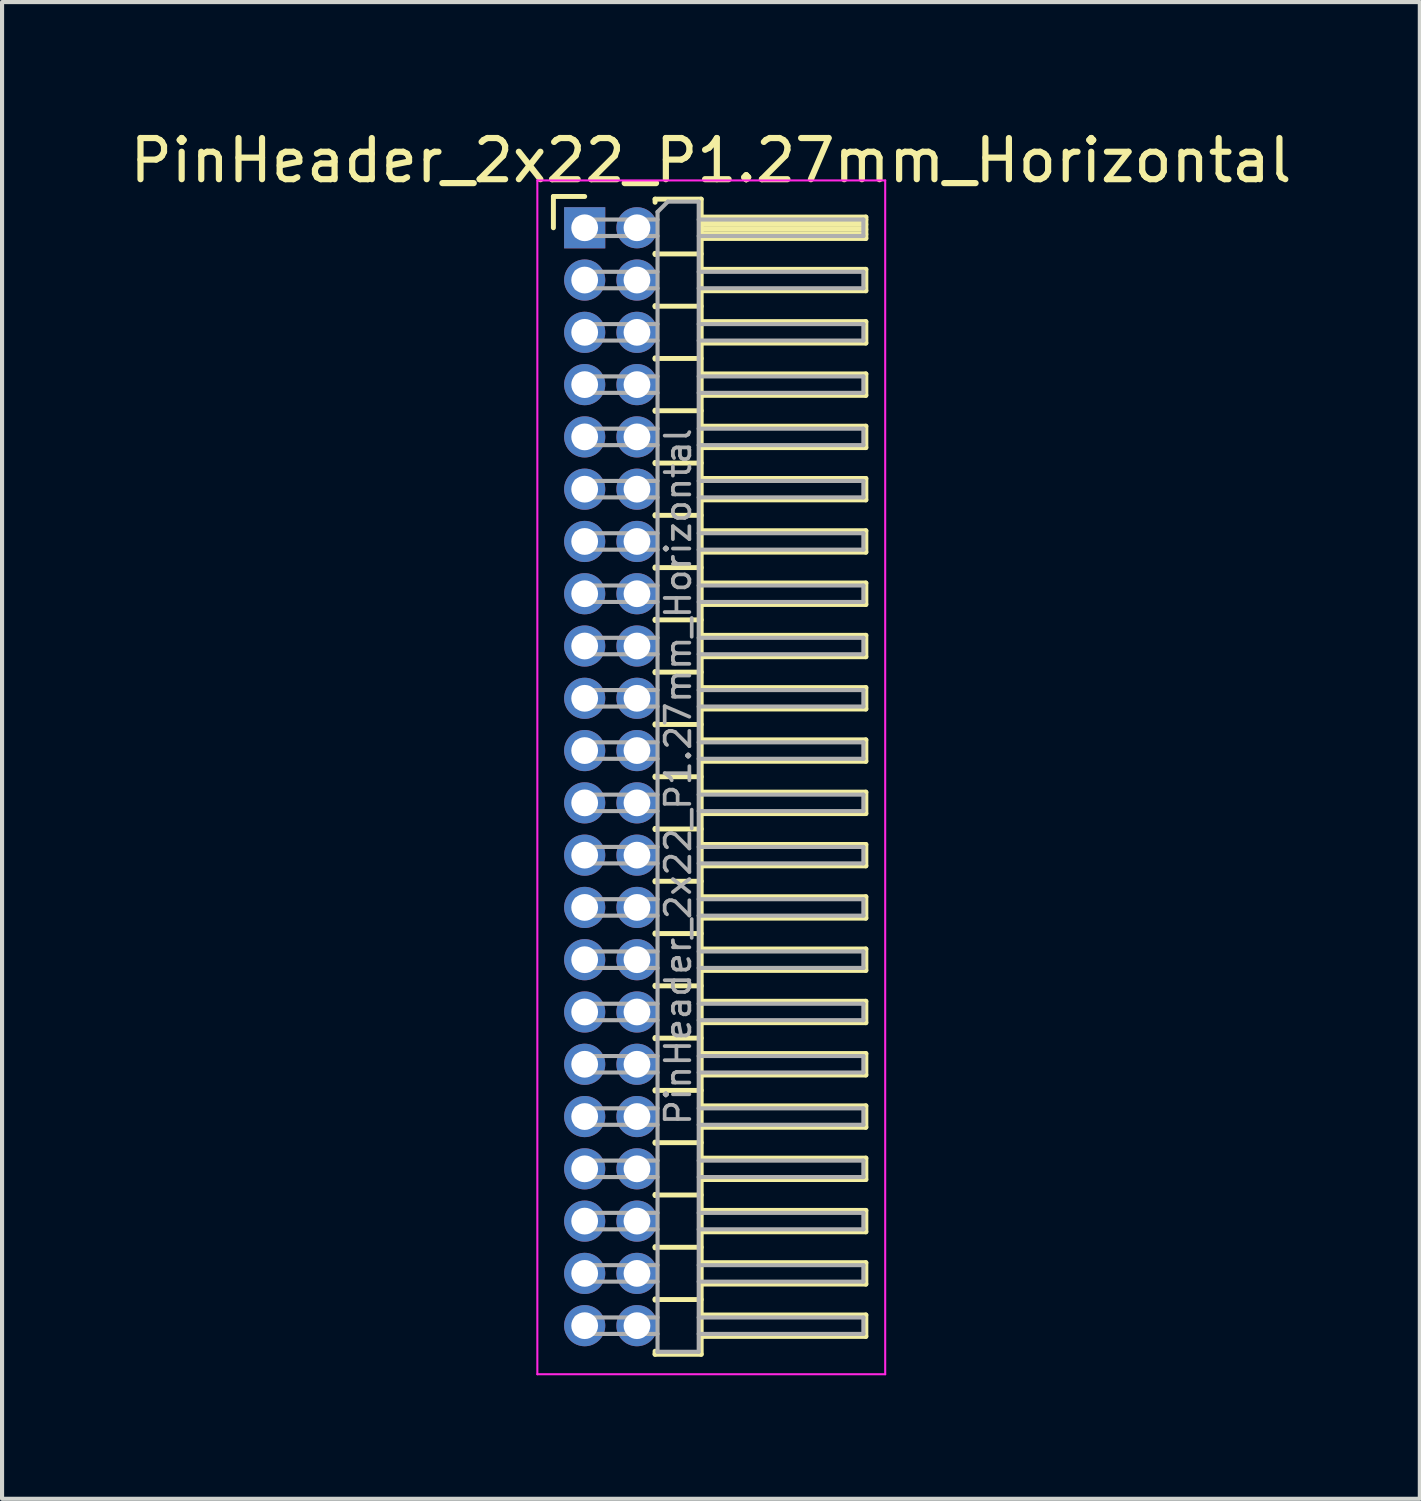
<source format=kicad_pcb>
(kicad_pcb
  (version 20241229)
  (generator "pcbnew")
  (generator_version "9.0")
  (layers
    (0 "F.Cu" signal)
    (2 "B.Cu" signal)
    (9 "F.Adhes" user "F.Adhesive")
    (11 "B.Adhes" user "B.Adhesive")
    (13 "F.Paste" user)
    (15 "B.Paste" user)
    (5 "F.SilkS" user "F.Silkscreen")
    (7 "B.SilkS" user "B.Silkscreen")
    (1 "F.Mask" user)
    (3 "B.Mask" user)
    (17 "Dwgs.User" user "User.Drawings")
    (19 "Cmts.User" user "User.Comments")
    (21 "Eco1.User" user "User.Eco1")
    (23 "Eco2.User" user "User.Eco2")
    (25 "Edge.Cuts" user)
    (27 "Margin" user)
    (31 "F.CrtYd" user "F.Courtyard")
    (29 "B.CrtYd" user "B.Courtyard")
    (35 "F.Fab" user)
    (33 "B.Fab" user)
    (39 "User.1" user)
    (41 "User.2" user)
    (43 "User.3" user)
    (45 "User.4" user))
  (footprint "PinHeader_2x22_P1.27mm_Horizontal"
    (layer "F.Cu")
    (at 11.153 2.483)
    (property "Reference" "PinHeader_2x22_P1.27mm_Horizontal" (at 3.067 -1.635 0) (layer "F.SilkS") (effects (font (size 1 1) (thickness 0.15))))
    (attr through_hole)
    (fp_line (start -0.76 -0.76) (end 0 -0.76) (stroke (width 0.12) (type solid)) (layer "F.SilkS"))
    (fp_line (start -0.76 0) (end -0.76 -0.76) (stroke (width 0.12) (type solid)) (layer "F.SilkS"))
    (fp_line (start 1.71 -0.695) (end 2.83 -0.695) (stroke (width 0.12) (type solid)) (layer "F.SilkS"))
    (fp_line (start 1.71 -0.62) (end 1.71 -0.695) (stroke (width 0.12) (type solid)) (layer "F.SilkS"))
    (fp_line (start 1.71 0.62) (end 1.71 0.65) (stroke (width 0.12) (type solid)) (layer "F.SilkS"))
    (fp_line (start 1.71 0.635) (end 2.83 0.635) (stroke (width 0.12) (type solid)) (layer "F.SilkS"))
    (fp_line (start 1.71 1.89) (end 1.71 1.92) (stroke (width 0.12) (type solid)) (layer "F.SilkS"))
    (fp_line (start 1.71 1.905) (end 2.83 1.905) (stroke (width 0.12) (type solid)) (layer "F.SilkS"))
    (fp_line (start 1.71 3.16) (end 1.71 3.19) (stroke (width 0.12) (type solid)) (layer "F.SilkS"))
    (fp_line (start 1.71 3.175) (end 2.83 3.175) (stroke (width 0.12) (type solid)) (layer "F.SilkS"))
    (fp_line (start 1.71 4.43) (end 1.71 4.46) (stroke (width 0.12) (type solid)) (layer "F.SilkS"))
    (fp_line (start 1.71 4.445) (end 2.83 4.445) (stroke (width 0.12) (type solid)) (layer "F.SilkS"))
    (fp_line (start 1.71 5.7) (end 1.71 5.73) (stroke (width 0.12) (type solid)) (layer "F.SilkS"))
    (fp_line (start 1.71 5.715) (end 2.83 5.715) (stroke (width 0.12) (type solid)) (layer "F.SilkS"))
    (fp_line (start 1.71 6.97) (end 1.71 7) (stroke (width 0.12) (type solid)) (layer "F.SilkS"))
    (fp_line (start 1.71 6.985) (end 2.83 6.985) (stroke (width 0.12) (type solid)) (layer "F.SilkS"))
    (fp_line (start 1.71 8.24) (end 1.71 8.27) (stroke (width 0.12) (type solid)) (layer "F.SilkS"))
    (fp_line (start 1.71 8.255) (end 2.83 8.255) (stroke (width 0.12) (type solid)) (layer "F.SilkS"))
    (fp_line (start 1.71 9.51) (end 1.71 9.54) (stroke (width 0.12) (type solid)) (layer "F.SilkS"))
    (fp_line (start 1.71 9.525) (end 2.83 9.525) (stroke (width 0.12) (type solid)) (layer "F.SilkS"))
    (fp_line (start 1.71 10.78) (end 1.71 10.81) (stroke (width 0.12) (type solid)) (layer "F.SilkS"))
    (fp_line (start 1.71 10.795) (end 2.83 10.795) (stroke (width 0.12) (type solid)) (layer "F.SilkS"))
    (fp_line (start 1.71 12.05) (end 1.71 12.08) (stroke (width 0.12) (type solid)) (layer "F.SilkS"))
    (fp_line (start 1.71 12.065) (end 2.83 12.065) (stroke (width 0.12) (type solid)) (layer "F.SilkS"))
    (fp_line (start 1.71 13.32) (end 1.71 13.35) (stroke (width 0.12) (type solid)) (layer "F.SilkS"))
    (fp_line (start 1.71 13.335) (end 2.83 13.335) (stroke (width 0.12) (type solid)) (layer "F.SilkS"))
    (fp_line (start 1.71 14.59) (end 1.71 14.62) (stroke (width 0.12) (type solid)) (layer "F.SilkS"))
    (fp_line (start 1.71 14.605) (end 2.83 14.605) (stroke (width 0.12) (type solid)) (layer "F.SilkS"))
    (fp_line (start 1.71 15.86) (end 1.71 15.89) (stroke (width 0.12) (type solid)) (layer "F.SilkS"))
    (fp_line (start 1.71 15.875) (end 2.83 15.875) (stroke (width 0.12) (type solid)) (layer "F.SilkS"))
    (fp_line (start 1.71 17.13) (end 1.71 17.16) (stroke (width 0.12) (type solid)) (layer "F.SilkS"))
    (fp_line (start 1.71 17.145) (end 2.83 17.145) (stroke (width 0.12) (type solid)) (layer "F.SilkS"))
    (fp_line (start 1.71 18.4) (end 1.71 18.43) (stroke (width 0.12) (type solid)) (layer "F.SilkS"))
    (fp_line (start 1.71 18.415) (end 2.83 18.415) (stroke (width 0.12) (type solid)) (layer "F.SilkS"))
    (fp_line (start 1.71 19.67) (end 1.71 19.7) (stroke (width 0.12) (type solid)) (layer "F.SilkS"))
    (fp_line (start 1.71 19.685) (end 2.83 19.685) (stroke (width 0.12) (type solid)) (layer "F.SilkS"))
    (fp_line (start 1.71 20.94) (end 1.71 20.97) (stroke (width 0.12) (type solid)) (layer "F.SilkS"))
    (fp_line (start 1.71 20.955) (end 2.83 20.955) (stroke (width 0.12) (type solid)) (layer "F.SilkS"))
    (fp_line (start 1.71 22.21) (end 1.71 22.24) (stroke (width 0.12) (type solid)) (layer "F.SilkS"))
    (fp_line (start 1.71 22.225) (end 2.83 22.225) (stroke (width 0.12) (type solid)) (layer "F.SilkS"))
    (fp_line (start 1.71 23.48) (end 1.71 23.51) (stroke (width 0.12) (type solid)) (layer "F.SilkS"))
    (fp_line (start 1.71 23.495) (end 2.83 23.495) (stroke (width 0.12) (type solid)) (layer "F.SilkS"))
    (fp_line (start 1.71 24.75) (end 1.71 24.78) (stroke (width 0.12) (type solid)) (layer "F.SilkS"))
    (fp_line (start 1.71 24.765) (end 2.83 24.765) (stroke (width 0.12) (type solid)) (layer "F.SilkS"))
    (fp_line (start 1.71 26.02) (end 1.71 26.05) (stroke (width 0.12) (type solid)) (layer "F.SilkS"))
    (fp_line (start 1.71 26.035) (end 2.83 26.035) (stroke (width 0.12) (type solid)) (layer "F.SilkS"))
    (fp_line (start 1.71 27.365) (end 1.71 27.29) (stroke (width 0.12) (type solid)) (layer "F.SilkS"))
    (fp_line (start 2.83 -0.695) (end 2.83 27.365) (stroke (width 0.12) (type solid)) (layer "F.SilkS"))
    (fp_line (start 2.83 -0.26) (end 6.83 -0.26) (stroke (width 0.12) (type solid)) (layer "F.SilkS"))
    (fp_line (start 2.83 -0.2) (end 6.83 -0.2) (stroke (width 0.12) (type solid)) (layer "F.SilkS"))
    (fp_line (start 2.83 -0.08) (end 6.83 -0.08) (stroke (width 0.12) (type solid)) (layer "F.SilkS"))
    (fp_line (start 2.83 0.04) (end 6.83 0.04) (stroke (width 0.12) (type solid)) (layer "F.SilkS"))
    (fp_line (start 2.83 0.16) (end 6.83 0.16) (stroke (width 0.12) (type solid)) (layer "F.SilkS"))
    (fp_line (start 2.83 1.01) (end 6.83 1.01) (stroke (width 0.12) (type solid)) (layer "F.SilkS"))
    (fp_line (start 2.83 2.28) (end 6.83 2.28) (stroke (width 0.12) (type solid)) (layer "F.SilkS"))
    (fp_line (start 2.83 3.55) (end 6.83 3.55) (stroke (width 0.12) (type solid)) (layer "F.SilkS"))
    (fp_line (start 2.83 4.82) (end 6.83 4.82) (stroke (width 0.12) (type solid)) (layer "F.SilkS"))
    (fp_line (start 2.83 6.09) (end 6.83 6.09) (stroke (width 0.12) (type solid)) (layer "F.SilkS"))
    (fp_line (start 2.83 7.36) (end 6.83 7.36) (stroke (width 0.12) (type solid)) (layer "F.SilkS"))
    (fp_line (start 2.83 8.63) (end 6.83 8.63) (stroke (width 0.12) (type solid)) (layer "F.SilkS"))
    (fp_line (start 2.83 9.9) (end 6.83 9.9) (stroke (width 0.12) (type solid)) (layer "F.SilkS"))
    (fp_line (start 2.83 11.17) (end 6.83 11.17) (stroke (width 0.12) (type solid)) (layer "F.SilkS"))
    (fp_line (start 2.83 12.44) (end 6.83 12.44) (stroke (width 0.12) (type solid)) (layer "F.SilkS"))
    (fp_line (start 2.83 13.71) (end 6.83 13.71) (stroke (width 0.12) (type solid)) (layer "F.SilkS"))
    (fp_line (start 2.83 14.98) (end 6.83 14.98) (stroke (width 0.12) (type solid)) (layer "F.SilkS"))
    (fp_line (start 2.83 16.25) (end 6.83 16.25) (stroke (width 0.12) (type solid)) (layer "F.SilkS"))
    (fp_line (start 2.83 17.52) (end 6.83 17.52) (stroke (width 0.12) (type solid)) (layer "F.SilkS"))
    (fp_line (start 2.83 18.79) (end 6.83 18.79) (stroke (width 0.12) (type solid)) (layer "F.SilkS"))
    (fp_line (start 2.83 20.06) (end 6.83 20.06) (stroke (width 0.12) (type solid)) (layer "F.SilkS"))
    (fp_line (start 2.83 21.33) (end 6.83 21.33) (stroke (width 0.12) (type solid)) (layer "F.SilkS"))
    (fp_line (start 2.83 22.6) (end 6.83 22.6) (stroke (width 0.12) (type solid)) (layer "F.SilkS"))
    (fp_line (start 2.83 23.87) (end 6.83 23.87) (stroke (width 0.12) (type solid)) (layer "F.SilkS"))
    (fp_line (start 2.83 25.14) (end 6.83 25.14) (stroke (width 0.12) (type solid)) (layer "F.SilkS"))
    (fp_line (start 2.83 26.41) (end 6.83 26.41) (stroke (width 0.12) (type solid)) (layer "F.SilkS"))
    (fp_line (start 2.83 27.365) (end 1.71 27.365) (stroke (width 0.12) (type solid)) (layer "F.SilkS"))
    (fp_line (start 6.83 -0.26) (end 6.83 0.26) (stroke (width 0.12) (type solid)) (layer "F.SilkS"))
    (fp_line (start 6.83 0.26) (end 2.83 0.26) (stroke (width 0.12) (type solid)) (layer "F.SilkS"))
    (fp_line (start 6.83 1.01) (end 6.83 1.53) (stroke (width 0.12) (type solid)) (layer "F.SilkS"))
    (fp_line (start 6.83 1.53) (end 2.83 1.53) (stroke (width 0.12) (type solid)) (layer "F.SilkS"))
    (fp_line (start 6.83 2.28) (end 6.83 2.8) (stroke (width 0.12) (type solid)) (layer "F.SilkS"))
    (fp_line (start 6.83 2.8) (end 2.83 2.8) (stroke (width 0.12) (type solid)) (layer "F.SilkS"))
    (fp_line (start 6.83 3.55) (end 6.83 4.07) (stroke (width 0.12) (type solid)) (layer "F.SilkS"))
    (fp_line (start 6.83 4.07) (end 2.83 4.07) (stroke (width 0.12) (type solid)) (layer "F.SilkS"))
    (fp_line (start 6.83 4.82) (end 6.83 5.34) (stroke (width 0.12) (type solid)) (layer "F.SilkS"))
    (fp_line (start 6.83 5.34) (end 2.83 5.34) (stroke (width 0.12) (type solid)) (layer "F.SilkS"))
    (fp_line (start 6.83 6.09) (end 6.83 6.61) (stroke (width 0.12) (type solid)) (layer "F.SilkS"))
    (fp_line (start 6.83 6.61) (end 2.83 6.61) (stroke (width 0.12) (type solid)) (layer "F.SilkS"))
    (fp_line (start 6.83 7.36) (end 6.83 7.88) (stroke (width 0.12) (type solid)) (layer "F.SilkS"))
    (fp_line (start 6.83 7.88) (end 2.83 7.88) (stroke (width 0.12) (type solid)) (layer "F.SilkS"))
    (fp_line (start 6.83 8.63) (end 6.83 9.15) (stroke (width 0.12) (type solid)) (layer "F.SilkS"))
    (fp_line (start 6.83 9.15) (end 2.83 9.15) (stroke (width 0.12) (type solid)) (layer "F.SilkS"))
    (fp_line (start 6.83 9.9) (end 6.83 10.42) (stroke (width 0.12) (type solid)) (layer "F.SilkS"))
    (fp_line (start 6.83 10.42) (end 2.83 10.42) (stroke (width 0.12) (type solid)) (layer "F.SilkS"))
    (fp_line (start 6.83 11.17) (end 6.83 11.69) (stroke (width 0.12) (type solid)) (layer "F.SilkS"))
    (fp_line (start 6.83 11.69) (end 2.83 11.69) (stroke (width 0.12) (type solid)) (layer "F.SilkS"))
    (fp_line (start 6.83 12.44) (end 6.83 12.96) (stroke (width 0.12) (type solid)) (layer "F.SilkS"))
    (fp_line (start 6.83 12.96) (end 2.83 12.96) (stroke (width 0.12) (type solid)) (layer "F.SilkS"))
    (fp_line (start 6.83 13.71) (end 6.83 14.23) (stroke (width 0.12) (type solid)) (layer "F.SilkS"))
    (fp_line (start 6.83 14.23) (end 2.83 14.23) (stroke (width 0.12) (type solid)) (layer "F.SilkS"))
    (fp_line (start 6.83 14.98) (end 6.83 15.5) (stroke (width 0.12) (type solid)) (layer "F.SilkS"))
    (fp_line (start 6.83 15.5) (end 2.83 15.5) (stroke (width 0.12) (type solid)) (layer "F.SilkS"))
    (fp_line (start 6.83 16.25) (end 6.83 16.77) (stroke (width 0.12) (type solid)) (layer "F.SilkS"))
    (fp_line (start 6.83 16.77) (end 2.83 16.77) (stroke (width 0.12) (type solid)) (layer "F.SilkS"))
    (fp_line (start 6.83 17.52) (end 6.83 18.04) (stroke (width 0.12) (type solid)) (layer "F.SilkS"))
    (fp_line (start 6.83 18.04) (end 2.83 18.04) (stroke (width 0.12) (type solid)) (layer "F.SilkS"))
    (fp_line (start 6.83 18.79) (end 6.83 19.31) (stroke (width 0.12) (type solid)) (layer "F.SilkS"))
    (fp_line (start 6.83 19.31) (end 2.83 19.31) (stroke (width 0.12) (type solid)) (layer "F.SilkS"))
    (fp_line (start 6.83 20.06) (end 6.83 20.58) (stroke (width 0.12) (type solid)) (layer "F.SilkS"))
    (fp_line (start 6.83 20.58) (end 2.83 20.58) (stroke (width 0.12) (type solid)) (layer "F.SilkS"))
    (fp_line (start 6.83 21.33) (end 6.83 21.85) (stroke (width 0.12) (type solid)) (layer "F.SilkS"))
    (fp_line (start 6.83 21.85) (end 2.83 21.85) (stroke (width 0.12) (type solid)) (layer "F.SilkS"))
    (fp_line (start 6.83 22.6) (end 6.83 23.12) (stroke (width 0.12) (type solid)) (layer "F.SilkS"))
    (fp_line (start 6.83 23.12) (end 2.83 23.12) (stroke (width 0.12) (type solid)) (layer "F.SilkS"))
    (fp_line (start 6.83 23.87) (end 6.83 24.39) (stroke (width 0.12) (type solid)) (layer "F.SilkS"))
    (fp_line (start 6.83 24.39) (end 2.83 24.39) (stroke (width 0.12) (type solid)) (layer "F.SilkS"))
    (fp_line (start 6.83 25.14) (end 6.83 25.66) (stroke (width 0.12) (type solid)) (layer "F.SilkS"))
    (fp_line (start 6.83 25.66) (end 2.83 25.66) (stroke (width 0.12) (type solid)) (layer "F.SilkS"))
    (fp_line (start 6.83 26.41) (end 6.83 26.93) (stroke (width 0.12) (type solid)) (layer "F.SilkS"))
    (fp_line (start 6.83 26.93) (end 2.83 26.93) (stroke (width 0.12) (type solid)) (layer "F.SilkS"))
    (fp_line (start -1.15 -1.15) (end -1.15 27.85) (stroke (width 0.05) (type solid)) (layer "F.CrtYd"))
    (fp_line (start -1.15 27.85) (end 7.3 27.85) (stroke (width 0.05) (type solid)) (layer "F.CrtYd"))
    (fp_line (start 7.3 -1.15) (end -1.15 -1.15) (stroke (width 0.05) (type solid)) (layer "F.CrtYd"))
    (fp_line (start 7.3 27.85) (end 7.3 -1.15) (stroke (width 0.05) (type solid)) (layer "F.CrtYd"))
    (fp_line (start -0.2 -0.2) (end -0.2 0.2) (stroke (width 0.1) (type solid)) (layer "F.Fab"))
    (fp_line (start -0.2 -0.2) (end 1.77 -0.2) (stroke (width 0.1) (type solid)) (layer "F.Fab"))
    (fp_line (start -0.2 0.2) (end 1.77 0.2) (stroke (width 0.1) (type solid)) (layer "F.Fab"))
    (fp_line (start -0.2 1.07) (end -0.2 1.47) (stroke (width 0.1) (type solid)) (layer "F.Fab"))
    (fp_line (start -0.2 1.07) (end 1.77 1.07) (stroke (width 0.1) (type solid)) (layer "F.Fab"))
    (fp_line (start -0.2 1.47) (end 1.77 1.47) (stroke (width 0.1) (type solid)) (layer "F.Fab"))
    (fp_line (start -0.2 2.34) (end -0.2 2.74) (stroke (width 0.1) (type solid)) (layer "F.Fab"))
    (fp_line (start -0.2 2.34) (end 1.77 2.34) (stroke (width 0.1) (type solid)) (layer "F.Fab"))
    (fp_line (start -0.2 2.74) (end 1.77 2.74) (stroke (width 0.1) (type solid)) (layer "F.Fab"))
    (fp_line (start -0.2 3.61) (end -0.2 4.01) (stroke (width 0.1) (type solid)) (layer "F.Fab"))
    (fp_line (start -0.2 3.61) (end 1.77 3.61) (stroke (width 0.1) (type solid)) (layer "F.Fab"))
    (fp_line (start -0.2 4.01) (end 1.77 4.01) (stroke (width 0.1) (type solid)) (layer "F.Fab"))
    (fp_line (start -0.2 4.88) (end -0.2 5.28) (stroke (width 0.1) (type solid)) (layer "F.Fab"))
    (fp_line (start -0.2 4.88) (end 1.77 4.88) (stroke (width 0.1) (type solid)) (layer "F.Fab"))
    (fp_line (start -0.2 5.28) (end 1.77 5.28) (stroke (width 0.1) (type solid)) (layer "F.Fab"))
    (fp_line (start -0.2 6.15) (end -0.2 6.55) (stroke (width 0.1) (type solid)) (layer "F.Fab"))
    (fp_line (start -0.2 6.15) (end 1.77 6.15) (stroke (width 0.1) (type solid)) (layer "F.Fab"))
    (fp_line (start -0.2 6.55) (end 1.77 6.55) (stroke (width 0.1) (type solid)) (layer "F.Fab"))
    (fp_line (start -0.2 7.42) (end -0.2 7.82) (stroke (width 0.1) (type solid)) (layer "F.Fab"))
    (fp_line (start -0.2 7.42) (end 1.77 7.42) (stroke (width 0.1) (type solid)) (layer "F.Fab"))
    (fp_line (start -0.2 7.82) (end 1.77 7.82) (stroke (width 0.1) (type solid)) (layer "F.Fab"))
    (fp_line (start -0.2 8.69) (end -0.2 9.09) (stroke (width 0.1) (type solid)) (layer "F.Fab"))
    (fp_line (start -0.2 8.69) (end 1.77 8.69) (stroke (width 0.1) (type solid)) (layer "F.Fab"))
    (fp_line (start -0.2 9.09) (end 1.77 9.09) (stroke (width 0.1) (type solid)) (layer "F.Fab"))
    (fp_line (start -0.2 9.96) (end -0.2 10.36) (stroke (width 0.1) (type solid)) (layer "F.Fab"))
    (fp_line (start -0.2 9.96) (end 1.77 9.96) (stroke (width 0.1) (type solid)) (layer "F.Fab"))
    (fp_line (start -0.2 10.36) (end 1.77 10.36) (stroke (width 0.1) (type solid)) (layer "F.Fab"))
    (fp_line (start -0.2 11.23) (end -0.2 11.63) (stroke (width 0.1) (type solid)) (layer "F.Fab"))
    (fp_line (start -0.2 11.23) (end 1.77 11.23) (stroke (width 0.1) (type solid)) (layer "F.Fab"))
    (fp_line (start -0.2 11.63) (end 1.77 11.63) (stroke (width 0.1) (type solid)) (layer "F.Fab"))
    (fp_line (start -0.2 12.5) (end -0.2 12.9) (stroke (width 0.1) (type solid)) (layer "F.Fab"))
    (fp_line (start -0.2 12.5) (end 1.77 12.5) (stroke (width 0.1) (type solid)) (layer "F.Fab"))
    (fp_line (start -0.2 12.9) (end 1.77 12.9) (stroke (width 0.1) (type solid)) (layer "F.Fab"))
    (fp_line (start -0.2 13.77) (end -0.2 14.17) (stroke (width 0.1) (type solid)) (layer "F.Fab"))
    (fp_line (start -0.2 13.77) (end 1.77 13.77) (stroke (width 0.1) (type solid)) (layer "F.Fab"))
    (fp_line (start -0.2 14.17) (end 1.77 14.17) (stroke (width 0.1) (type solid)) (layer "F.Fab"))
    (fp_line (start -0.2 15.04) (end -0.2 15.44) (stroke (width 0.1) (type solid)) (layer "F.Fab"))
    (fp_line (start -0.2 15.04) (end 1.77 15.04) (stroke (width 0.1) (type solid)) (layer "F.Fab"))
    (fp_line (start -0.2 15.44) (end 1.77 15.44) (stroke (width 0.1) (type solid)) (layer "F.Fab"))
    (fp_line (start -0.2 16.31) (end -0.2 16.71) (stroke (width 0.1) (type solid)) (layer "F.Fab"))
    (fp_line (start -0.2 16.31) (end 1.77 16.31) (stroke (width 0.1) (type solid)) (layer "F.Fab"))
    (fp_line (start -0.2 16.71) (end 1.77 16.71) (stroke (width 0.1) (type solid)) (layer "F.Fab"))
    (fp_line (start -0.2 17.58) (end -0.2 17.98) (stroke (width 0.1) (type solid)) (layer "F.Fab"))
    (fp_line (start -0.2 17.58) (end 1.77 17.58) (stroke (width 0.1) (type solid)) (layer "F.Fab"))
    (fp_line (start -0.2 17.98) (end 1.77 17.98) (stroke (width 0.1) (type solid)) (layer "F.Fab"))
    (fp_line (start -0.2 18.85) (end -0.2 19.25) (stroke (width 0.1) (type solid)) (layer "F.Fab"))
    (fp_line (start -0.2 18.85) (end 1.77 18.85) (stroke (width 0.1) (type solid)) (layer "F.Fab"))
    (fp_line (start -0.2 19.25) (end 1.77 19.25) (stroke (width 0.1) (type solid)) (layer "F.Fab"))
    (fp_line (start -0.2 20.12) (end -0.2 20.52) (stroke (width 0.1) (type solid)) (layer "F.Fab"))
    (fp_line (start -0.2 20.12) (end 1.77 20.12) (stroke (width 0.1) (type solid)) (layer "F.Fab"))
    (fp_line (start -0.2 20.52) (end 1.77 20.52) (stroke (width 0.1) (type solid)) (layer "F.Fab"))
    (fp_line (start -0.2 21.39) (end -0.2 21.79) (stroke (width 0.1) (type solid)) (layer "F.Fab"))
    (fp_line (start -0.2 21.39) (end 1.77 21.39) (stroke (width 0.1) (type solid)) (layer "F.Fab"))
    (fp_line (start -0.2 21.79) (end 1.77 21.79) (stroke (width 0.1) (type solid)) (layer "F.Fab"))
    (fp_line (start -0.2 22.66) (end -0.2 23.06) (stroke (width 0.1) (type solid)) (layer "F.Fab"))
    (fp_line (start -0.2 22.66) (end 1.77 22.66) (stroke (width 0.1) (type solid)) (layer "F.Fab"))
    (fp_line (start -0.2 23.06) (end 1.77 23.06) (stroke (width 0.1) (type solid)) (layer "F.Fab"))
    (fp_line (start -0.2 23.93) (end -0.2 24.33) (stroke (width 0.1) (type solid)) (layer "F.Fab"))
    (fp_line (start -0.2 23.93) (end 1.77 23.93) (stroke (width 0.1) (type solid)) (layer "F.Fab"))
    (fp_line (start -0.2 24.33) (end 1.77 24.33) (stroke (width 0.1) (type solid)) (layer "F.Fab"))
    (fp_line (start -0.2 25.2) (end -0.2 25.6) (stroke (width 0.1) (type solid)) (layer "F.Fab"))
    (fp_line (start -0.2 25.2) (end 1.77 25.2) (stroke (width 0.1) (type solid)) (layer "F.Fab"))
    (fp_line (start -0.2 25.6) (end 1.77 25.6) (stroke (width 0.1) (type solid)) (layer "F.Fab"))
    (fp_line (start -0.2 26.47) (end -0.2 26.87) (stroke (width 0.1) (type solid)) (layer "F.Fab"))
    (fp_line (start -0.2 26.47) (end 1.77 26.47) (stroke (width 0.1) (type solid)) (layer "F.Fab"))
    (fp_line (start -0.2 26.87) (end 1.77 26.87) (stroke (width 0.1) (type solid)) (layer "F.Fab"))
    (fp_line (start 1.77 -0.385) (end 2.02 -0.635) (stroke (width 0.1) (type solid)) (layer "F.Fab"))
    (fp_line (start 1.77 27.305) (end 1.77 -0.385) (stroke (width 0.1) (type solid)) (layer "F.Fab"))
    (fp_line (start 2.02 -0.635) (end 2.77 -0.635) (stroke (width 0.1) (type solid)) (layer "F.Fab"))
    (fp_line (start 2.77 -0.635) (end 2.77 27.305) (stroke (width 0.1) (type solid)) (layer "F.Fab"))
    (fp_line (start 2.77 -0.2) (end 6.77 -0.2) (stroke (width 0.1) (type solid)) (layer "F.Fab"))
    (fp_line (start 2.77 0.2) (end 6.77 0.2) (stroke (width 0.1) (type solid)) (layer "F.Fab"))
    (fp_line (start 2.77 1.07) (end 6.77 1.07) (stroke (width 0.1) (type solid)) (layer "F.Fab"))
    (fp_line (start 2.77 1.47) (end 6.77 1.47) (stroke (width 0.1) (type solid)) (layer "F.Fab"))
    (fp_line (start 2.77 2.34) (end 6.77 2.34) (stroke (width 0.1) (type solid)) (layer "F.Fab"))
    (fp_line (start 2.77 2.74) (end 6.77 2.74) (stroke (width 0.1) (type solid)) (layer "F.Fab"))
    (fp_line (start 2.77 3.61) (end 6.77 3.61) (stroke (width 0.1) (type solid)) (layer "F.Fab"))
    (fp_line (start 2.77 4.01) (end 6.77 4.01) (stroke (width 0.1) (type solid)) (layer "F.Fab"))
    (fp_line (start 2.77 4.88) (end 6.77 4.88) (stroke (width 0.1) (type solid)) (layer "F.Fab"))
    (fp_line (start 2.77 5.28) (end 6.77 5.28) (stroke (width 0.1) (type solid)) (layer "F.Fab"))
    (fp_line (start 2.77 6.15) (end 6.77 6.15) (stroke (width 0.1) (type solid)) (layer "F.Fab"))
    (fp_line (start 2.77 6.55) (end 6.77 6.55) (stroke (width 0.1) (type solid)) (layer "F.Fab"))
    (fp_line (start 2.77 7.42) (end 6.77 7.42) (stroke (width 0.1) (type solid)) (layer "F.Fab"))
    (fp_line (start 2.77 7.82) (end 6.77 7.82) (stroke (width 0.1) (type solid)) (layer "F.Fab"))
    (fp_line (start 2.77 8.69) (end 6.77 8.69) (stroke (width 0.1) (type solid)) (layer "F.Fab"))
    (fp_line (start 2.77 9.09) (end 6.77 9.09) (stroke (width 0.1) (type solid)) (layer "F.Fab"))
    (fp_line (start 2.77 9.96) (end 6.77 9.96) (stroke (width 0.1) (type solid)) (layer "F.Fab"))
    (fp_line (start 2.77 10.36) (end 6.77 10.36) (stroke (width 0.1) (type solid)) (layer "F.Fab"))
    (fp_line (start 2.77 11.23) (end 6.77 11.23) (stroke (width 0.1) (type solid)) (layer "F.Fab"))
    (fp_line (start 2.77 11.63) (end 6.77 11.63) (stroke (width 0.1) (type solid)) (layer "F.Fab"))
    (fp_line (start 2.77 12.5) (end 6.77 12.5) (stroke (width 0.1) (type solid)) (layer "F.Fab"))
    (fp_line (start 2.77 12.9) (end 6.77 12.9) (stroke (width 0.1) (type solid)) (layer "F.Fab"))
    (fp_line (start 2.77 13.77) (end 6.77 13.77) (stroke (width 0.1) (type solid)) (layer "F.Fab"))
    (fp_line (start 2.77 14.17) (end 6.77 14.17) (stroke (width 0.1) (type solid)) (layer "F.Fab"))
    (fp_line (start 2.77 15.04) (end 6.77 15.04) (stroke (width 0.1) (type solid)) (layer "F.Fab"))
    (fp_line (start 2.77 15.44) (end 6.77 15.44) (stroke (width 0.1) (type solid)) (layer "F.Fab"))
    (fp_line (start 2.77 16.31) (end 6.77 16.31) (stroke (width 0.1) (type solid)) (layer "F.Fab"))
    (fp_line (start 2.77 16.71) (end 6.77 16.71) (stroke (width 0.1) (type solid)) (layer "F.Fab"))
    (fp_line (start 2.77 17.58) (end 6.77 17.58) (stroke (width 0.1) (type solid)) (layer "F.Fab"))
    (fp_line (start 2.77 17.98) (end 6.77 17.98) (stroke (width 0.1) (type solid)) (layer "F.Fab"))
    (fp_line (start 2.77 18.85) (end 6.77 18.85) (stroke (width 0.1) (type solid)) (layer "F.Fab"))
    (fp_line (start 2.77 19.25) (end 6.77 19.25) (stroke (width 0.1) (type solid)) (layer "F.Fab"))
    (fp_line (start 2.77 20.12) (end 6.77 20.12) (stroke (width 0.1) (type solid)) (layer "F.Fab"))
    (fp_line (start 2.77 20.52) (end 6.77 20.52) (stroke (width 0.1) (type solid)) (layer "F.Fab"))
    (fp_line (start 2.77 21.39) (end 6.77 21.39) (stroke (width 0.1) (type solid)) (layer "F.Fab"))
    (fp_line (start 2.77 21.79) (end 6.77 21.79) (stroke (width 0.1) (type solid)) (layer "F.Fab"))
    (fp_line (start 2.77 22.66) (end 6.77 22.66) (stroke (width 0.1) (type solid)) (layer "F.Fab"))
    (fp_line (start 2.77 23.06) (end 6.77 23.06) (stroke (width 0.1) (type solid)) (layer "F.Fab"))
    (fp_line (start 2.77 23.93) (end 6.77 23.93) (stroke (width 0.1) (type solid)) (layer "F.Fab"))
    (fp_line (start 2.77 24.33) (end 6.77 24.33) (stroke (width 0.1) (type solid)) (layer "F.Fab"))
    (fp_line (start 2.77 25.2) (end 6.77 25.2) (stroke (width 0.1) (type solid)) (layer "F.Fab"))
    (fp_line (start 2.77 25.6) (end 6.77 25.6) (stroke (width 0.1) (type solid)) (layer "F.Fab"))
    (fp_line (start 2.77 26.47) (end 6.77 26.47) (stroke (width 0.1) (type solid)) (layer "F.Fab"))
    (fp_line (start 2.77 26.87) (end 6.77 26.87) (stroke (width 0.1) (type solid)) (layer "F.Fab"))
    (fp_line (start 2.77 27.305) (end 1.77 27.305) (stroke (width 0.1) (type solid)) (layer "F.Fab"))
    (fp_line (start 6.77 -0.2) (end 6.77 0.2) (stroke (width 0.1) (type solid)) (layer "F.Fab"))
    (fp_line (start 6.77 1.07) (end 6.77 1.47) (stroke (width 0.1) (type solid)) (layer "F.Fab"))
    (fp_line (start 6.77 2.34) (end 6.77 2.74) (stroke (width 0.1) (type solid)) (layer "F.Fab"))
    (fp_line (start 6.77 3.61) (end 6.77 4.01) (stroke (width 0.1) (type solid)) (layer "F.Fab"))
    (fp_line (start 6.77 4.88) (end 6.77 5.28) (stroke (width 0.1) (type solid)) (layer "F.Fab"))
    (fp_line (start 6.77 6.15) (end 6.77 6.55) (stroke (width 0.1) (type solid)) (layer "F.Fab"))
    (fp_line (start 6.77 7.42) (end 6.77 7.82) (stroke (width 0.1) (type solid)) (layer "F.Fab"))
    (fp_line (start 6.77 8.69) (end 6.77 9.09) (stroke (width 0.1) (type solid)) (layer "F.Fab"))
    (fp_line (start 6.77 9.96) (end 6.77 10.36) (stroke (width 0.1) (type solid)) (layer "F.Fab"))
    (fp_line (start 6.77 11.23) (end 6.77 11.63) (stroke (width 0.1) (type solid)) (layer "F.Fab"))
    (fp_line (start 6.77 12.5) (end 6.77 12.9) (stroke (width 0.1) (type solid)) (layer "F.Fab"))
    (fp_line (start 6.77 13.77) (end 6.77 14.17) (stroke (width 0.1) (type solid)) (layer "F.Fab"))
    (fp_line (start 6.77 15.04) (end 6.77 15.44) (stroke (width 0.1) (type solid)) (layer "F.Fab"))
    (fp_line (start 6.77 16.31) (end 6.77 16.71) (stroke (width 0.1) (type solid)) (layer "F.Fab"))
    (fp_line (start 6.77 17.58) (end 6.77 17.98) (stroke (width 0.1) (type solid)) (layer "F.Fab"))
    (fp_line (start 6.77 18.85) (end 6.77 19.25) (stroke (width 0.1) (type solid)) (layer "F.Fab"))
    (fp_line (start 6.77 20.12) (end 6.77 20.52) (stroke (width 0.1) (type solid)) (layer "F.Fab"))
    (fp_line (start 6.77 21.39) (end 6.77 21.79) (stroke (width 0.1) (type solid)) (layer "F.Fab"))
    (fp_line (start 6.77 22.66) (end 6.77 23.06) (stroke (width 0.1) (type solid)) (layer "F.Fab"))
    (fp_line (start 6.77 23.93) (end 6.77 24.33) (stroke (width 0.1) (type solid)) (layer "F.Fab"))
    (fp_line (start 6.77 25.2) (end 6.77 25.6) (stroke (width 0.1) (type solid)) (layer "F.Fab"))
    (fp_line (start 6.77 26.47) (end 6.77 26.87) (stroke (width 0.1) (type solid)) (layer "F.Fab"))
    (fp_text user "${REFERENCE}" (at 2.27 13.335 90) (layer "F.Fab") (effects (font (size 0.6 0.6) (thickness 0.09))))
    (pad "1" thru_hole rect (at 0 0) (size 1 1) (drill 0.65) (layers "*.Cu" "*.Mask"))
    (pad "2" thru_hole oval (at 1.27 0) (size 1 1) (drill 0.65) (layers "*.Cu" "*.Mask"))
    (pad "3" thru_hole oval (at 0 1.27) (size 1 1) (drill 0.65) (layers "*.Cu" "*.Mask"))
    (pad "4" thru_hole oval (at 1.27 1.27) (size 1 1) (drill 0.65) (layers "*.Cu" "*.Mask"))
    (pad "5" thru_hole oval (at 0 2.54) (size 1 1) (drill 0.65) (layers "*.Cu" "*.Mask"))
    (pad "6" thru_hole oval (at 1.27 2.54) (size 1 1) (drill 0.65) (layers "*.Cu" "*.Mask"))
    (pad "7" thru_hole oval (at 0 3.81) (size 1 1) (drill 0.65) (layers "*.Cu" "*.Mask"))
    (pad "8" thru_hole oval (at 1.27 3.81) (size 1 1) (drill 0.65) (layers "*.Cu" "*.Mask"))
    (pad "9" thru_hole oval (at 0 5.08) (size 1 1) (drill 0.65) (layers "*.Cu" "*.Mask"))
    (pad "10" thru_hole oval (at 1.27 5.08) (size 1 1) (drill 0.65) (layers "*.Cu" "*.Mask"))
    (pad "11" thru_hole oval (at 0 6.35) (size 1 1) (drill 0.65) (layers "*.Cu" "*.Mask"))
    (pad "12" thru_hole oval (at 1.27 6.35) (size 1 1) (drill 0.65) (layers "*.Cu" "*.Mask"))
    (pad "13" thru_hole oval (at 0 7.62) (size 1 1) (drill 0.65) (layers "*.Cu" "*.Mask"))
    (pad "14" thru_hole oval (at 1.27 7.62) (size 1 1) (drill 0.65) (layers "*.Cu" "*.Mask"))
    (pad "15" thru_hole oval (at 0 8.89) (size 1 1) (drill 0.65) (layers "*.Cu" "*.Mask"))
    (pad "16" thru_hole oval (at 1.27 8.89) (size 1 1) (drill 0.65) (layers "*.Cu" "*.Mask"))
    (pad "17" thru_hole oval (at 0 10.16) (size 1 1) (drill 0.65) (layers "*.Cu" "*.Mask"))
    (pad "18" thru_hole oval (at 1.27 10.16) (size 1 1) (drill 0.65) (layers "*.Cu" "*.Mask"))
    (pad "19" thru_hole oval (at 0 11.43) (size 1 1) (drill 0.65) (layers "*.Cu" "*.Mask"))
    (pad "20" thru_hole oval (at 1.27 11.43) (size 1 1) (drill 0.65) (layers "*.Cu" "*.Mask"))
    (pad "21" thru_hole oval (at 0 12.7) (size 1 1) (drill 0.65) (layers "*.Cu" "*.Mask"))
    (pad "22" thru_hole oval (at 1.27 12.7) (size 1 1) (drill 0.65) (layers "*.Cu" "*.Mask"))
    (pad "23" thru_hole oval (at 0 13.97) (size 1 1) (drill 0.65) (layers "*.Cu" "*.Mask"))
    (pad "24" thru_hole oval (at 1.27 13.97) (size 1 1) (drill 0.65) (layers "*.Cu" "*.Mask"))
    (pad "25" thru_hole oval (at 0 15.24) (size 1 1) (drill 0.65) (layers "*.Cu" "*.Mask"))
    (pad "26" thru_hole oval (at 1.27 15.24) (size 1 1) (drill 0.65) (layers "*.Cu" "*.Mask"))
    (pad "27" thru_hole oval (at 0 16.51) (size 1 1) (drill 0.65) (layers "*.Cu" "*.Mask"))
    (pad "28" thru_hole oval (at 1.27 16.51) (size 1 1) (drill 0.65) (layers "*.Cu" "*.Mask"))
    (pad "29" thru_hole oval (at 0 17.78) (size 1 1) (drill 0.65) (layers "*.Cu" "*.Mask"))
    (pad "30" thru_hole oval (at 1.27 17.78) (size 1 1) (drill 0.65) (layers "*.Cu" "*.Mask"))
    (pad "31" thru_hole oval (at 0 19.05) (size 1 1) (drill 0.65) (layers "*.Cu" "*.Mask"))
    (pad "32" thru_hole oval (at 1.27 19.05) (size 1 1) (drill 0.65) (layers "*.Cu" "*.Mask"))
    (pad "33" thru_hole oval (at 0 20.32) (size 1 1) (drill 0.65) (layers "*.Cu" "*.Mask"))
    (pad "34" thru_hole oval (at 1.27 20.32) (size 1 1) (drill 0.65) (layers "*.Cu" "*.Mask"))
    (pad "35" thru_hole oval (at 0 21.59) (size 1 1) (drill 0.65) (layers "*.Cu" "*.Mask"))
    (pad "36" thru_hole oval (at 1.27 21.59) (size 1 1) (drill 0.65) (layers "*.Cu" "*.Mask"))
    (pad "37" thru_hole oval (at 0 22.86) (size 1 1) (drill 0.65) (layers "*.Cu" "*.Mask"))
    (pad "38" thru_hole oval (at 1.27 22.86) (size 1 1) (drill 0.65) (layers "*.Cu" "*.Mask"))
    (pad "39" thru_hole oval (at 0 24.13) (size 1 1) (drill 0.65) (layers "*.Cu" "*.Mask"))
    (pad "40" thru_hole oval (at 1.27 24.13) (size 1 1) (drill 0.65) (layers "*.Cu" "*.Mask"))
    (pad "41" thru_hole oval (at 0 25.4) (size 1 1) (drill 0.65) (layers "*.Cu" "*.Mask"))
    (pad "42" thru_hole oval (at 1.27 25.4) (size 1 1) (drill 0.65) (layers "*.Cu" "*.Mask"))
    (pad "43" thru_hole oval (at 0 26.67) (size 1 1) (drill 0.65) (layers "*.Cu" "*.Mask"))
    (pad "44" thru_hole oval (at 1.27 26.67) (size 1 1) (drill 0.65) (layers "*.Cu" "*.Mask")))
  (gr_rect
    (start -3 -3)
    (end 31.44 33.358)
    (stroke (width 0.1) (type default))
    (fill no)
    (layer "Edge.Cuts")))
</source>
